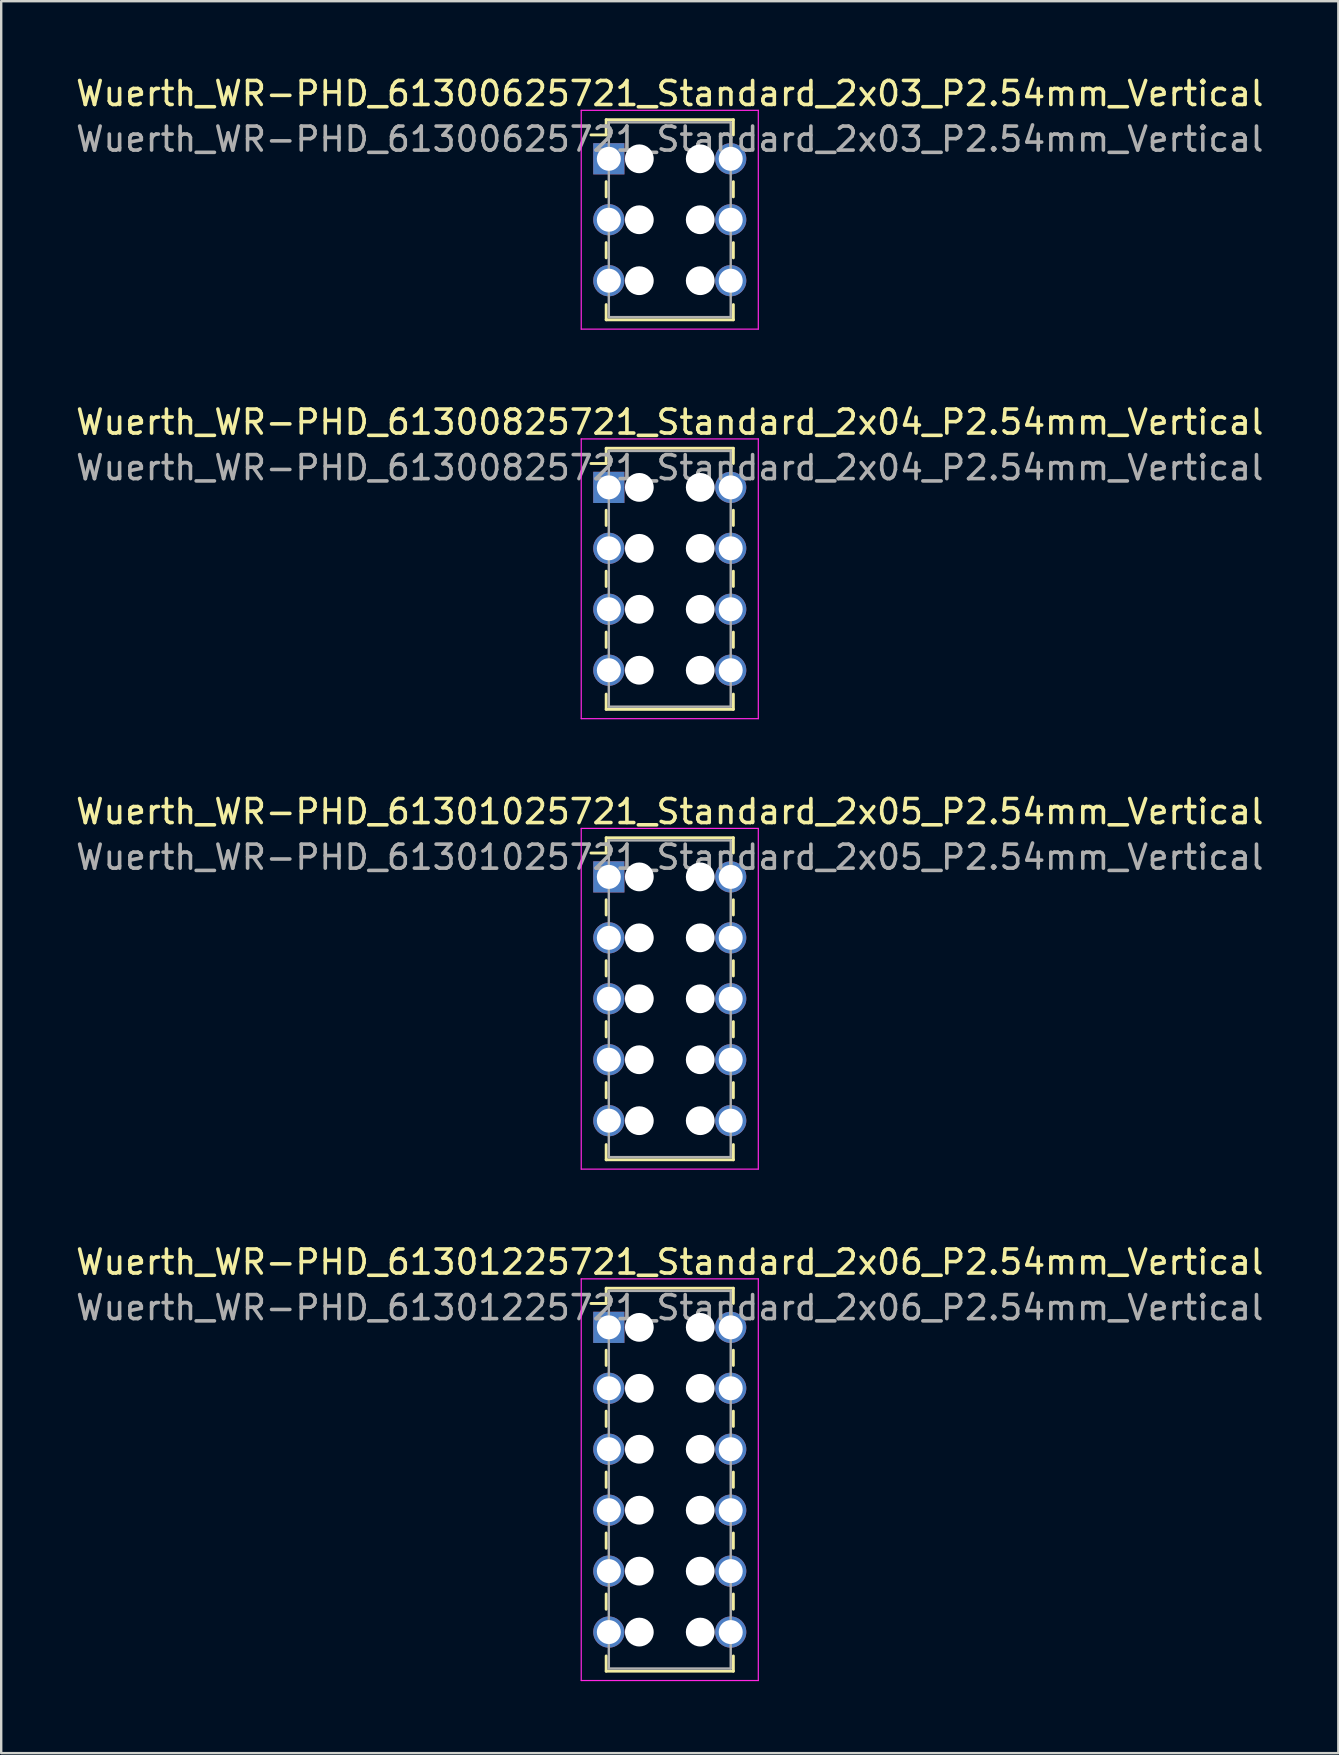
<source format=kicad_pcb>
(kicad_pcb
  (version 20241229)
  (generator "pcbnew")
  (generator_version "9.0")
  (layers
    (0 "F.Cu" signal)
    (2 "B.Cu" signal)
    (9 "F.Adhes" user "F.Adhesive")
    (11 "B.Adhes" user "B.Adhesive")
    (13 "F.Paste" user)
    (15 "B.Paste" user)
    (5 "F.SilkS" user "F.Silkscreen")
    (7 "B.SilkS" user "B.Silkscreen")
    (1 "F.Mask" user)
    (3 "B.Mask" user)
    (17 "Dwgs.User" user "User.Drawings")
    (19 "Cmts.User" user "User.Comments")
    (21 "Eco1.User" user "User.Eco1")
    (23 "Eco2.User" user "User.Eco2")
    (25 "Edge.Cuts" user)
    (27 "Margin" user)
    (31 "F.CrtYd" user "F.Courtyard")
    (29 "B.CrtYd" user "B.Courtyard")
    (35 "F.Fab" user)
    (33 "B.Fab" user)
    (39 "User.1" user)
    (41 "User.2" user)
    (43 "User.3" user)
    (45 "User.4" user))
  (footprint "Wuerth_WR-PHD_61300825721_Standard_2x04_P2.54mm_Vertical"
    (layer "F.Cu")
    (at 22.323 17.262)
    (property "Reference" "Wuerth_WR-PHD_61300825721_Standard_2x04_P2.54mm_Vertical" (at 2.54 -2.72 0) (layer "F.SilkS") (effects (font (size 1 1) (thickness 0.15))))
    (attr through_hole)
    (fp_line (start -0.11 -1.63) (end -0.11 -0.995) (stroke (width 0.12) (type solid)) (layer "F.SilkS"))
    (fp_line (start -0.11 -1.63) (end 5.19 -1.63) (stroke (width 0.12) (type solid)) (layer "F.SilkS"))
    (fp_line (start -0.11 -0.995) (end -0.745 -0.995) (stroke (width 0.12) (type solid)) (layer "F.SilkS"))
    (fp_line (start -0.11 0.953) (end -0.11 1.587) (stroke (width 0.12) (type solid)) (layer "F.SilkS"))
    (fp_line (start -0.11 3.493) (end -0.11 4.128) (stroke (width 0.12) (type solid)) (layer "F.SilkS"))
    (fp_line (start -0.11 6.032) (end -0.11 6.668) (stroke (width 0.12) (type solid)) (layer "F.SilkS"))
    (fp_line (start -0.11 9.25) (end -0.11 8.615) (stroke (width 0.12) (type solid)) (layer "F.SilkS"))
    (fp_line (start -0.11 9.25) (end 5.19 9.25) (stroke (width 0.12) (type solid)) (layer "F.SilkS"))
    (fp_line (start 5.19 -1.63) (end 5.19 -0.995) (stroke (width 0.12) (type solid)) (layer "F.SilkS"))
    (fp_line (start 5.19 0.953) (end 5.19 1.587) (stroke (width 0.12) (type solid)) (layer "F.SilkS"))
    (fp_line (start 5.19 3.493) (end 5.19 4.128) (stroke (width 0.12) (type solid)) (layer "F.SilkS"))
    (fp_line (start 5.19 6.032) (end 5.19 6.668) (stroke (width 0.12) (type solid)) (layer "F.SilkS"))
    (fp_line (start 5.19 9.25) (end 5.19 8.615) (stroke (width 0.12) (type solid)) (layer "F.SilkS"))
    (fp_line (start -1.15 -2.02) (end -1.15 9.64) (stroke (width 0.05) (type solid)) (layer "F.CrtYd"))
    (fp_line (start -1.15 9.64) (end 6.23 9.64) (stroke (width 0.05) (type solid)) (layer "F.CrtYd"))
    (fp_line (start 6.23 -2.02) (end -1.15 -2.02) (stroke (width 0.05) (type solid)) (layer "F.CrtYd"))
    (fp_line (start 6.23 9.64) (end 6.23 -2.02) (stroke (width 0.05) (type solid)) (layer "F.CrtYd"))
    (fp_line (start 0 -1.52) (end 0 9.14) (stroke (width 0.1) (type solid)) (layer "F.Fab"))
    (fp_line (start 0 9.14) (end 5.08 9.14) (stroke (width 0.1) (type solid)) (layer "F.Fab"))
    (fp_line (start 5.08 -1.52) (end 0 -1.52) (stroke (width 0.1) (type solid)) (layer "F.Fab"))
    (fp_line (start 5.08 9.14) (end 5.08 -1.52) (stroke (width 0.1) (type solid)) (layer "F.Fab"))
    (fp_text user "${REFERENCE}" (at 2.54 -0.82 0) (layer "F.Fab") (effects (font (size 1 1) (thickness 0.15))))
    (pad "" np_thru_hole circle (at 1.27 0) (size 1.2 1.2) (drill 1.2) (layers "*.Cu" "*.Mask"))
    (pad "" np_thru_hole circle (at 1.27 2.54) (size 1.2 1.2) (drill 1.2) (layers "*.Cu" "*.Mask"))
    (pad "" np_thru_hole circle (at 1.27 5.08) (size 1.2 1.2) (drill 1.2) (layers "*.Cu" "*.Mask"))
    (pad "" np_thru_hole circle (at 1.27 7.62) (size 1.2 1.2) (drill 1.2) (layers "*.Cu" "*.Mask"))
    (pad "" np_thru_hole circle (at 3.81 0) (size 1.2 1.2) (drill 1.2) (layers "*.Cu" "*.Mask"))
    (pad "" np_thru_hole circle (at 3.81 2.54) (size 1.2 1.2) (drill 1.2) (layers "*.Cu" "*.Mask"))
    (pad "" np_thru_hole circle (at 3.81 5.08) (size 1.2 1.2) (drill 1.2) (layers "*.Cu" "*.Mask"))
    (pad "" np_thru_hole circle (at 3.81 7.62) (size 1.2 1.2) (drill 1.2) (layers "*.Cu" "*.Mask"))
    (pad "1" thru_hole rect (at 0 0) (size 1.3 1.3) (drill 1) (layers "*.Cu" "*.Mask"))
    (pad "2" thru_hole circle (at 5.08 0) (size 1.3 1.3) (drill 1) (layers "*.Cu" "*.Mask"))
    (pad "3" thru_hole circle (at 0 2.54) (size 1.3 1.3) (drill 1) (layers "*.Cu" "*.Mask"))
    (pad "4" thru_hole circle (at 5.08 2.54) (size 1.3 1.3) (drill 1) (layers "*.Cu" "*.Mask"))
    (pad "5" thru_hole circle (at 0 5.08) (size 1.3 1.3) (drill 1) (layers "*.Cu" "*.Mask"))
    (pad "6" thru_hole circle (at 5.08 5.08) (size 1.3 1.3) (drill 1) (layers "*.Cu" "*.Mask"))
    (pad "7" thru_hole circle (at 0 7.62) (size 1.3 1.3) (drill 1) (layers "*.Cu" "*.Mask"))
    (pad "8" thru_hole circle (at 5.08 7.62) (size 1.3 1.3) (drill 1) (layers "*.Cu" "*.Mask")))
  (footprint "Wuerth_WR-PHD_61301025721_Standard_2x05_P2.54mm_Vertical"
    (layer "F.Cu")
    (at 22.323 33.495)
    (property "Reference" "Wuerth_WR-PHD_61301025721_Standard_2x05_P2.54mm_Vertical" (at 2.54 -2.72 0) (layer "F.SilkS") (effects (font (size 1 1) (thickness 0.15))))
    (attr through_hole)
    (fp_line (start -0.11 -1.63) (end -0.11 -0.995) (stroke (width 0.12) (type solid)) (layer "F.SilkS"))
    (fp_line (start -0.11 -1.63) (end 5.19 -1.63) (stroke (width 0.12) (type solid)) (layer "F.SilkS"))
    (fp_line (start -0.11 -0.995) (end -0.745 -0.995) (stroke (width 0.12) (type solid)) (layer "F.SilkS"))
    (fp_line (start -0.11 0.953) (end -0.11 1.587) (stroke (width 0.12) (type solid)) (layer "F.SilkS"))
    (fp_line (start -0.11 3.493) (end -0.11 4.128) (stroke (width 0.12) (type solid)) (layer "F.SilkS"))
    (fp_line (start -0.11 6.032) (end -0.11 6.668) (stroke (width 0.12) (type solid)) (layer "F.SilkS"))
    (fp_line (start -0.11 8.572) (end -0.11 9.207) (stroke (width 0.12) (type solid)) (layer "F.SilkS"))
    (fp_line (start -0.11 11.79) (end -0.11 11.155) (stroke (width 0.12) (type solid)) (layer "F.SilkS"))
    (fp_line (start -0.11 11.79) (end 5.19 11.79) (stroke (width 0.12) (type solid)) (layer "F.SilkS"))
    (fp_line (start 5.19 -1.63) (end 5.19 -0.995) (stroke (width 0.12) (type solid)) (layer "F.SilkS"))
    (fp_line (start 5.19 0.953) (end 5.19 1.587) (stroke (width 0.12) (type solid)) (layer "F.SilkS"))
    (fp_line (start 5.19 3.493) (end 5.19 4.128) (stroke (width 0.12) (type solid)) (layer "F.SilkS"))
    (fp_line (start 5.19 6.032) (end 5.19 6.668) (stroke (width 0.12) (type solid)) (layer "F.SilkS"))
    (fp_line (start 5.19 8.572) (end 5.19 9.207) (stroke (width 0.12) (type solid)) (layer "F.SilkS"))
    (fp_line (start 5.19 11.79) (end 5.19 11.155) (stroke (width 0.12) (type solid)) (layer "F.SilkS"))
    (fp_line (start -1.15 -2.02) (end -1.15 12.18) (stroke (width 0.05) (type solid)) (layer "F.CrtYd"))
    (fp_line (start -1.15 12.18) (end 6.23 12.18) (stroke (width 0.05) (type solid)) (layer "F.CrtYd"))
    (fp_line (start 6.23 -2.02) (end -1.15 -2.02) (stroke (width 0.05) (type solid)) (layer "F.CrtYd"))
    (fp_line (start 6.23 12.18) (end 6.23 -2.02) (stroke (width 0.05) (type solid)) (layer "F.CrtYd"))
    (fp_line (start 0 -1.52) (end 0 11.68) (stroke (width 0.1) (type solid)) (layer "F.Fab"))
    (fp_line (start 0 11.68) (end 5.08 11.68) (stroke (width 0.1) (type solid)) (layer "F.Fab"))
    (fp_line (start 5.08 -1.52) (end 0 -1.52) (stroke (width 0.1) (type solid)) (layer "F.Fab"))
    (fp_line (start 5.08 11.68) (end 5.08 -1.52) (stroke (width 0.1) (type solid)) (layer "F.Fab"))
    (fp_text user "${REFERENCE}" (at 2.54 -0.82 0) (layer "F.Fab") (effects (font (size 1 1) (thickness 0.15))))
    (pad "" np_thru_hole circle (at 1.27 0) (size 1.2 1.2) (drill 1.2) (layers "*.Cu" "*.Mask"))
    (pad "" np_thru_hole circle (at 1.27 2.54) (size 1.2 1.2) (drill 1.2) (layers "*.Cu" "*.Mask"))
    (pad "" np_thru_hole circle (at 1.27 5.08) (size 1.2 1.2) (drill 1.2) (layers "*.Cu" "*.Mask"))
    (pad "" np_thru_hole circle (at 1.27 7.62) (size 1.2 1.2) (drill 1.2) (layers "*.Cu" "*.Mask"))
    (pad "" np_thru_hole circle (at 1.27 10.16) (size 1.2 1.2) (drill 1.2) (layers "*.Cu" "*.Mask"))
    (pad "" np_thru_hole circle (at 3.81 0) (size 1.2 1.2) (drill 1.2) (layers "*.Cu" "*.Mask"))
    (pad "" np_thru_hole circle (at 3.81 2.54) (size 1.2 1.2) (drill 1.2) (layers "*.Cu" "*.Mask"))
    (pad "" np_thru_hole circle (at 3.81 5.08) (size 1.2 1.2) (drill 1.2) (layers "*.Cu" "*.Mask"))
    (pad "" np_thru_hole circle (at 3.81 7.62) (size 1.2 1.2) (drill 1.2) (layers "*.Cu" "*.Mask"))
    (pad "" np_thru_hole circle (at 3.81 10.16) (size 1.2 1.2) (drill 1.2) (layers "*.Cu" "*.Mask"))
    (pad "1" thru_hole rect (at 0 0) (size 1.3 1.3) (drill 1) (layers "*.Cu" "*.Mask"))
    (pad "2" thru_hole circle (at 5.08 0) (size 1.3 1.3) (drill 1) (layers "*.Cu" "*.Mask"))
    (pad "3" thru_hole circle (at 0 2.54) (size 1.3 1.3) (drill 1) (layers "*.Cu" "*.Mask"))
    (pad "4" thru_hole circle (at 5.08 2.54) (size 1.3 1.3) (drill 1) (layers "*.Cu" "*.Mask"))
    (pad "5" thru_hole circle (at 0 5.08) (size 1.3 1.3) (drill 1) (layers "*.Cu" "*.Mask"))
    (pad "6" thru_hole circle (at 5.08 5.08) (size 1.3 1.3) (drill 1) (layers "*.Cu" "*.Mask"))
    (pad "7" thru_hole circle (at 0 7.62) (size 1.3 1.3) (drill 1) (layers "*.Cu" "*.Mask"))
    (pad "8" thru_hole circle (at 5.08 7.62) (size 1.3 1.3) (drill 1) (layers "*.Cu" "*.Mask"))
    (pad "9" thru_hole circle (at 0 10.16) (size 1.3 1.3) (drill 1) (layers "*.Cu" "*.Mask"))
    (pad "10" thru_hole circle (at 5.08 10.16) (size 1.3 1.3) (drill 1) (layers "*.Cu" "*.Mask")))
  (footprint "Wuerth_WR-PHD_61300625721_Standard_2x03_P2.54mm_Vertical"
    (layer "F.Cu")
    (at 22.323 3.568)
    (property "Reference" "Wuerth_WR-PHD_61300625721_Standard_2x03_P2.54mm_Vertical" (at 2.54 -2.72 0) (layer "F.SilkS") (effects (font (size 1 1) (thickness 0.15))))
    (attr through_hole)
    (fp_line (start -0.11 -1.63) (end -0.11 -0.995) (stroke (width 0.12) (type solid)) (layer "F.SilkS"))
    (fp_line (start -0.11 -1.63) (end 5.19 -1.63) (stroke (width 0.12) (type solid)) (layer "F.SilkS"))
    (fp_line (start -0.11 -0.995) (end -0.745 -0.995) (stroke (width 0.12) (type solid)) (layer "F.SilkS"))
    (fp_line (start -0.11 0.953) (end -0.11 1.587) (stroke (width 0.12) (type solid)) (layer "F.SilkS"))
    (fp_line (start -0.11 3.493) (end -0.11 4.128) (stroke (width 0.12) (type solid)) (layer "F.SilkS"))
    (fp_line (start -0.11 6.71) (end -0.11 6.075) (stroke (width 0.12) (type solid)) (layer "F.SilkS"))
    (fp_line (start -0.11 6.71) (end 5.19 6.71) (stroke (width 0.12) (type solid)) (layer "F.SilkS"))
    (fp_line (start 5.19 -1.63) (end 5.19 -0.995) (stroke (width 0.12) (type solid)) (layer "F.SilkS"))
    (fp_line (start 5.19 0.953) (end 5.19 1.587) (stroke (width 0.12) (type solid)) (layer "F.SilkS"))
    (fp_line (start 5.19 3.493) (end 5.19 4.128) (stroke (width 0.12) (type solid)) (layer "F.SilkS"))
    (fp_line (start 5.19 6.71) (end 5.19 6.075) (stroke (width 0.12) (type solid)) (layer "F.SilkS"))
    (fp_line (start -1.15 -2.02) (end -1.15 7.1) (stroke (width 0.05) (type solid)) (layer "F.CrtYd"))
    (fp_line (start -1.15 7.1) (end 6.23 7.1) (stroke (width 0.05) (type solid)) (layer "F.CrtYd"))
    (fp_line (start 6.23 -2.02) (end -1.15 -2.02) (stroke (width 0.05) (type solid)) (layer "F.CrtYd"))
    (fp_line (start 6.23 7.1) (end 6.23 -2.02) (stroke (width 0.05) (type solid)) (layer "F.CrtYd"))
    (fp_line (start 0 -1.52) (end 0 6.6) (stroke (width 0.1) (type solid)) (layer "F.Fab"))
    (fp_line (start 0 6.6) (end 5.08 6.6) (stroke (width 0.1) (type solid)) (layer "F.Fab"))
    (fp_line (start 5.08 -1.52) (end 0 -1.52) (stroke (width 0.1) (type solid)) (layer "F.Fab"))
    (fp_line (start 5.08 6.6) (end 5.08 -1.52) (stroke (width 0.1) (type solid)) (layer "F.Fab"))
    (fp_text user "${REFERENCE}" (at 2.54 -0.82 0) (layer "F.Fab") (effects (font (size 1 1) (thickness 0.15))))
    (pad "" np_thru_hole circle (at 1.27 0) (size 1.2 1.2) (drill 1.2) (layers "*.Cu" "*.Mask"))
    (pad "" np_thru_hole circle (at 1.27 2.54) (size 1.2 1.2) (drill 1.2) (layers "*.Cu" "*.Mask"))
    (pad "" np_thru_hole circle (at 1.27 5.08) (size 1.2 1.2) (drill 1.2) (layers "*.Cu" "*.Mask"))
    (pad "" np_thru_hole circle (at 3.81 0) (size 1.2 1.2) (drill 1.2) (layers "*.Cu" "*.Mask"))
    (pad "" np_thru_hole circle (at 3.81 2.54) (size 1.2 1.2) (drill 1.2) (layers "*.Cu" "*.Mask"))
    (pad "" np_thru_hole circle (at 3.81 5.08) (size 1.2 1.2) (drill 1.2) (layers "*.Cu" "*.Mask"))
    (pad "1" thru_hole rect (at 0 0) (size 1.3 1.3) (drill 1) (layers "*.Cu" "*.Mask"))
    (pad "2" thru_hole circle (at 5.08 0) (size 1.3 1.3) (drill 1) (layers "*.Cu" "*.Mask"))
    (pad "3" thru_hole circle (at 0 2.54) (size 1.3 1.3) (drill 1) (layers "*.Cu" "*.Mask"))
    (pad "4" thru_hole circle (at 5.08 2.54) (size 1.3 1.3) (drill 1) (layers "*.Cu" "*.Mask"))
    (pad "5" thru_hole circle (at 0 5.08) (size 1.3 1.3) (drill 1) (layers "*.Cu" "*.Mask"))
    (pad "6" thru_hole circle (at 5.08 5.08) (size 1.3 1.3) (drill 1) (layers "*.Cu" "*.Mask")))
  (footprint "Wuerth_WR-PHD_61301225721_Standard_2x06_P2.54mm_Vertical"
    (layer "F.Cu")
    (at 22.323 52.268)
    (property "Reference" "Wuerth_WR-PHD_61301225721_Standard_2x06_P2.54mm_Vertical" (at 2.54 -2.72 0) (layer "F.SilkS") (effects (font (size 1 1) (thickness 0.15))))
    (attr through_hole)
    (fp_line (start -0.11 -1.63) (end -0.11 -0.995) (stroke (width 0.12) (type solid)) (layer "F.SilkS"))
    (fp_line (start -0.11 -1.63) (end 5.19 -1.63) (stroke (width 0.12) (type solid)) (layer "F.SilkS"))
    (fp_line (start -0.11 -0.995) (end -0.745 -0.995) (stroke (width 0.12) (type solid)) (layer "F.SilkS"))
    (fp_line (start -0.11 0.953) (end -0.11 1.587) (stroke (width 0.12) (type solid)) (layer "F.SilkS"))
    (fp_line (start -0.11 3.493) (end -0.11 4.128) (stroke (width 0.12) (type solid)) (layer "F.SilkS"))
    (fp_line (start -0.11 6.032) (end -0.11 6.668) (stroke (width 0.12) (type solid)) (layer "F.SilkS"))
    (fp_line (start -0.11 8.572) (end -0.11 9.207) (stroke (width 0.12) (type solid)) (layer "F.SilkS"))
    (fp_line (start -0.11 11.113) (end -0.11 11.748) (stroke (width 0.12) (type solid)) (layer "F.SilkS"))
    (fp_line (start -0.11 14.33) (end -0.11 13.695) (stroke (width 0.12) (type solid)) (layer "F.SilkS"))
    (fp_line (start -0.11 14.33) (end 5.19 14.33) (stroke (width 0.12) (type solid)) (layer "F.SilkS"))
    (fp_line (start 5.19 -1.63) (end 5.19 -0.995) (stroke (width 0.12) (type solid)) (layer "F.SilkS"))
    (fp_line (start 5.19 0.953) (end 5.19 1.587) (stroke (width 0.12) (type solid)) (layer "F.SilkS"))
    (fp_line (start 5.19 3.493) (end 5.19 4.128) (stroke (width 0.12) (type solid)) (layer "F.SilkS"))
    (fp_line (start 5.19 6.032) (end 5.19 6.668) (stroke (width 0.12) (type solid)) (layer "F.SilkS"))
    (fp_line (start 5.19 8.572) (end 5.19 9.207) (stroke (width 0.12) (type solid)) (layer "F.SilkS"))
    (fp_line (start 5.19 11.113) (end 5.19 11.748) (stroke (width 0.12) (type solid)) (layer "F.SilkS"))
    (fp_line (start 5.19 14.33) (end 5.19 13.695) (stroke (width 0.12) (type solid)) (layer "F.SilkS"))
    (fp_line (start -1.15 -2.02) (end -1.15 14.72) (stroke (width 0.05) (type solid)) (layer "F.CrtYd"))
    (fp_line (start -1.15 14.72) (end 6.23 14.72) (stroke (width 0.05) (type solid)) (layer "F.CrtYd"))
    (fp_line (start 6.23 -2.02) (end -1.15 -2.02) (stroke (width 0.05) (type solid)) (layer "F.CrtYd"))
    (fp_line (start 6.23 14.72) (end 6.23 -2.02) (stroke (width 0.05) (type solid)) (layer "F.CrtYd"))
    (fp_line (start 0 -1.52) (end 0 14.22) (stroke (width 0.1) (type solid)) (layer "F.Fab"))
    (fp_line (start 0 14.22) (end 5.08 14.22) (stroke (width 0.1) (type solid)) (layer "F.Fab"))
    (fp_line (start 5.08 -1.52) (end 0 -1.52) (stroke (width 0.1) (type solid)) (layer "F.Fab"))
    (fp_line (start 5.08 14.22) (end 5.08 -1.52) (stroke (width 0.1) (type solid)) (layer "F.Fab"))
    (fp_text user "${REFERENCE}" (at 2.54 -0.82 0) (layer "F.Fab") (effects (font (size 1 1) (thickness 0.15))))
    (pad "" np_thru_hole circle (at 1.27 0) (size 1.2 1.2) (drill 1.2) (layers "*.Cu" "*.Mask"))
    (pad "" np_thru_hole circle (at 1.27 2.54) (size 1.2 1.2) (drill 1.2) (layers "*.Cu" "*.Mask"))
    (pad "" np_thru_hole circle (at 1.27 5.08) (size 1.2 1.2) (drill 1.2) (layers "*.Cu" "*.Mask"))
    (pad "" np_thru_hole circle (at 1.27 7.62) (size 1.2 1.2) (drill 1.2) (layers "*.Cu" "*.Mask"))
    (pad "" np_thru_hole circle (at 1.27 10.16) (size 1.2 1.2) (drill 1.2) (layers "*.Cu" "*.Mask"))
    (pad "" np_thru_hole circle (at 1.27 12.7) (size 1.2 1.2) (drill 1.2) (layers "*.Cu" "*.Mask"))
    (pad "" np_thru_hole circle (at 3.81 0) (size 1.2 1.2) (drill 1.2) (layers "*.Cu" "*.Mask"))
    (pad "" np_thru_hole circle (at 3.81 2.54) (size 1.2 1.2) (drill 1.2) (layers "*.Cu" "*.Mask"))
    (pad "" np_thru_hole circle (at 3.81 5.08) (size 1.2 1.2) (drill 1.2) (layers "*.Cu" "*.Mask"))
    (pad "" np_thru_hole circle (at 3.81 7.62) (size 1.2 1.2) (drill 1.2) (layers "*.Cu" "*.Mask"))
    (pad "" np_thru_hole circle (at 3.81 10.16) (size 1.2 1.2) (drill 1.2) (layers "*.Cu" "*.Mask"))
    (pad "" np_thru_hole circle (at 3.81 12.7) (size 1.2 1.2) (drill 1.2) (layers "*.Cu" "*.Mask"))
    (pad "1" thru_hole rect (at 0 0) (size 1.3 1.3) (drill 1) (layers "*.Cu" "*.Mask"))
    (pad "2" thru_hole circle (at 5.08 0) (size 1.3 1.3) (drill 1) (layers "*.Cu" "*.Mask"))
    (pad "3" thru_hole circle (at 0 2.54) (size 1.3 1.3) (drill 1) (layers "*.Cu" "*.Mask"))
    (pad "4" thru_hole circle (at 5.08 2.54) (size 1.3 1.3) (drill 1) (layers "*.Cu" "*.Mask"))
    (pad "5" thru_hole circle (at 0 5.08) (size 1.3 1.3) (drill 1) (layers "*.Cu" "*.Mask"))
    (pad "6" thru_hole circle (at 5.08 5.08) (size 1.3 1.3) (drill 1) (layers "*.Cu" "*.Mask"))
    (pad "7" thru_hole circle (at 0 7.62) (size 1.3 1.3) (drill 1) (layers "*.Cu" "*.Mask"))
    (pad "8" thru_hole circle (at 5.08 7.62) (size 1.3 1.3) (drill 1) (layers "*.Cu" "*.Mask"))
    (pad "9" thru_hole circle (at 0 10.16) (size 1.3 1.3) (drill 1) (layers "*.Cu" "*.Mask"))
    (pad "10" thru_hole circle (at 5.08 10.16) (size 1.3 1.3) (drill 1) (layers "*.Cu" "*.Mask"))
    (pad "11" thru_hole circle (at 0 12.7) (size 1.3 1.3) (drill 1) (layers "*.Cu" "*.Mask"))
    (pad "12" thru_hole circle (at 5.08 12.7) (size 1.3 1.3) (drill 1) (layers "*.Cu" "*.Mask")))
  (gr_rect
    (start -3 -3)
    (end 52.726 70.013)
    (stroke (width 0.1) (type default))
    (fill no)
    (layer "Edge.Cuts")))
</source>
